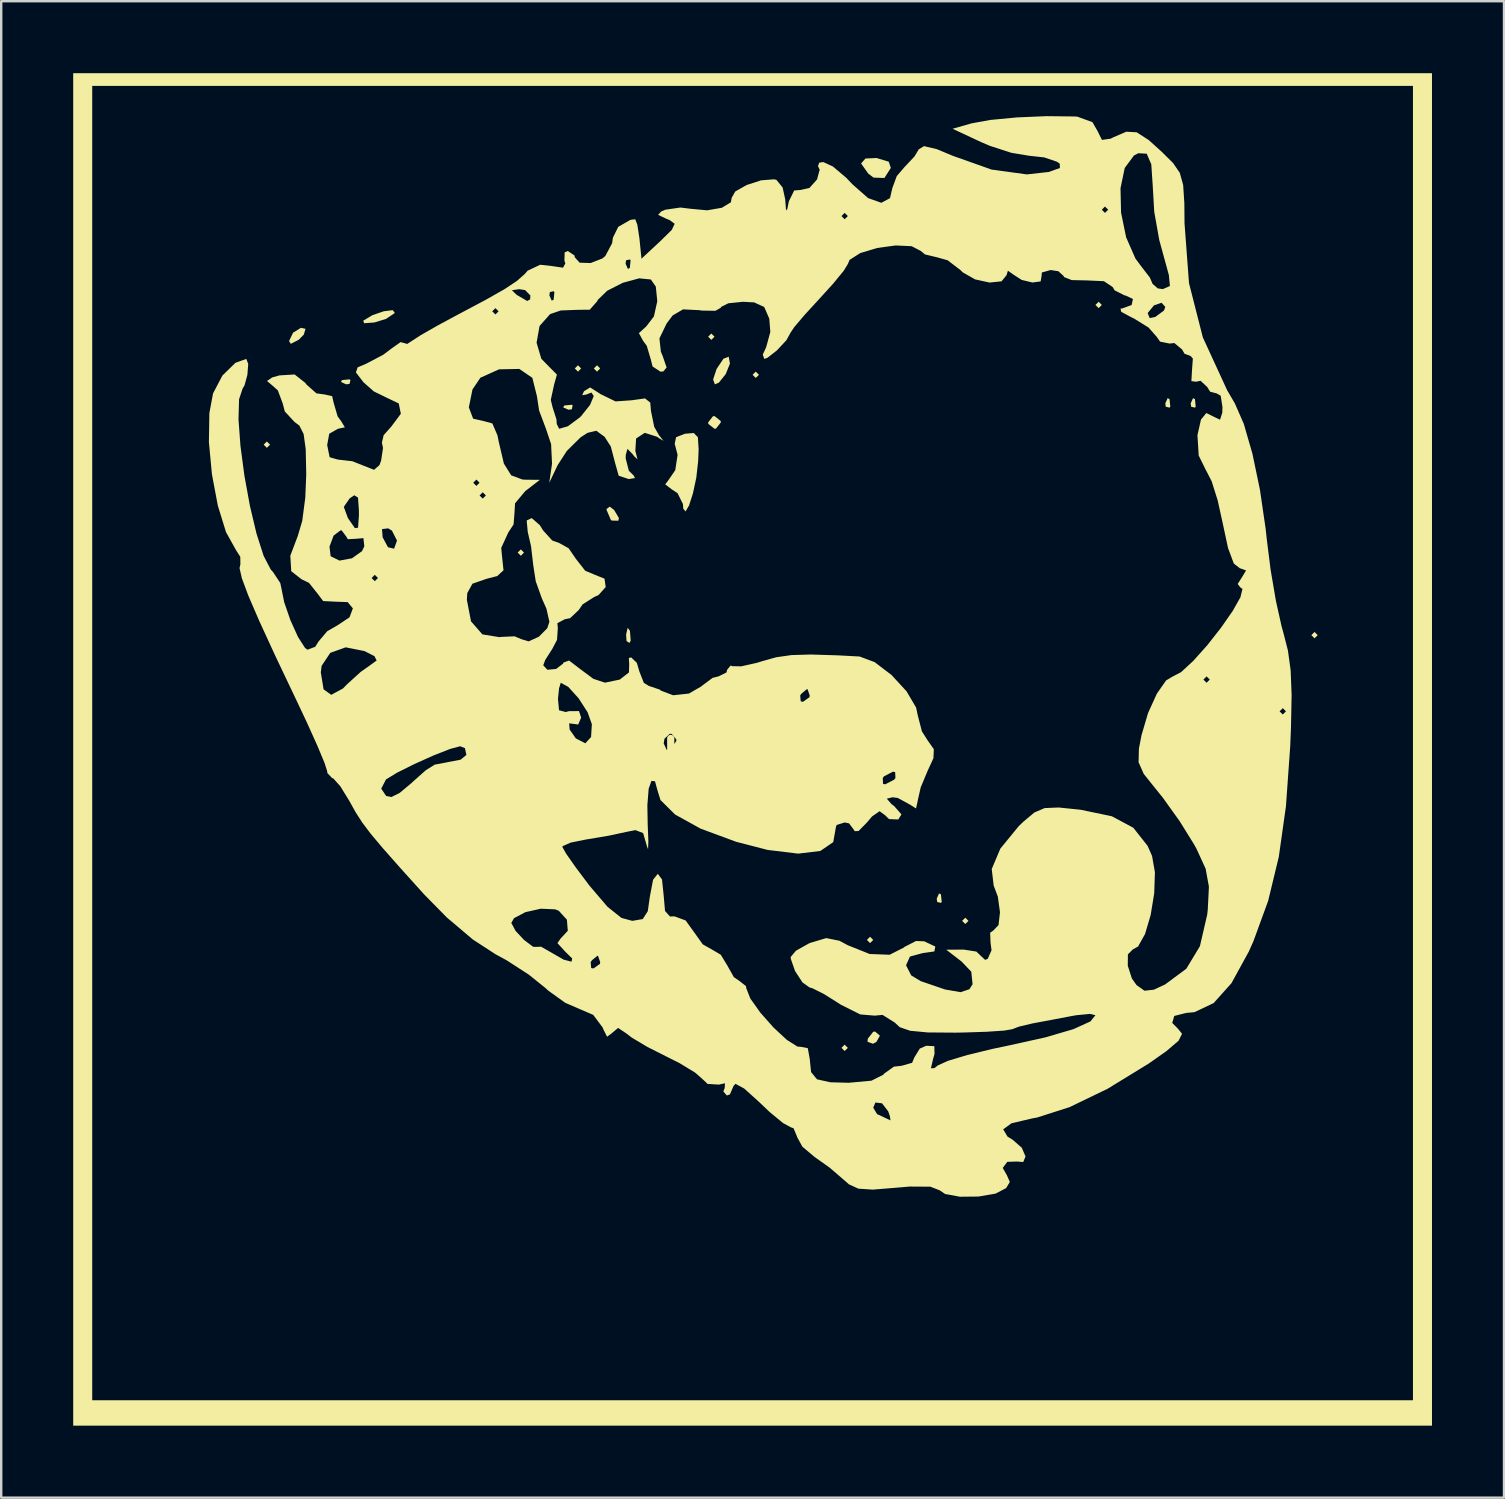
<source format=kicad_pcb>
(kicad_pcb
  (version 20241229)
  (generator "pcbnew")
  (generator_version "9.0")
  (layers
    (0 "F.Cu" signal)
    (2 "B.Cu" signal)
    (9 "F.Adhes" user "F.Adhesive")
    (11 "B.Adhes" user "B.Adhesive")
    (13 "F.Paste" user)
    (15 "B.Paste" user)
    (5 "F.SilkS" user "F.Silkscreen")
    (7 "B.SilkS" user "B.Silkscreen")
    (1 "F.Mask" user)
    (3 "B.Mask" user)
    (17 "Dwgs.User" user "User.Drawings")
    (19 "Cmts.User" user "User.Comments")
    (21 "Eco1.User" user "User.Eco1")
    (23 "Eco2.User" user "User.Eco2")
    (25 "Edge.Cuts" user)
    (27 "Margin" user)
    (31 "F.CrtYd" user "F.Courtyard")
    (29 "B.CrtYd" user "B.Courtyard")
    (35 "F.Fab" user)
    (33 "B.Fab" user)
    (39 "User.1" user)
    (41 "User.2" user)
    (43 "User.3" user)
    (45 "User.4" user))
  (footprint "Chihuahua2"
    (layer "F.Cu")
    (at 28.31 28.046)
    (property "Reference" "Chihuahua2" (at 0 0 0) (layer "F.SilkS") (effects (font (size 1.524 1.524) (thickness 0.3))))
    (attr board_only exclude_from_pos_files exclude_from_bom)
    (fp_poly (pts (xy -20.108 -12.568) (xy -20.241 -12.435) (xy -20.373 -12.568) (xy -20.241 -12.7)) (stroke (width 0) (type solid)) (fill yes) (layer "F.SilkS"))
    (fp_poly (pts (xy -9.525 -8.07) (xy -9.657 -7.938) (xy -9.79 -8.07) (xy -9.657 -8.202)) (stroke (width 0) (type solid)) (fill yes) (layer "F.SilkS"))
    (fp_poly (pts (xy -7.144 -15.743) (xy -7.276 -15.61) (xy -7.408 -15.743) (xy -7.276 -15.875)) (stroke (width 0) (type solid)) (fill yes) (layer "F.SilkS"))
    (fp_poly (pts (xy -6.35 -15.743) (xy -6.482 -15.61) (xy -6.615 -15.743) (xy -6.482 -15.875)) (stroke (width 0) (type solid)) (fill yes) (layer "F.SilkS"))
    (fp_poly (pts (xy -1.587 -17.066) (xy -1.72 -16.933) (xy -1.852 -17.066) (xy -1.72 -17.198)) (stroke (width 0) (type solid)) (fill yes) (layer "F.SilkS"))
    (fp_poly (pts (xy 0.265 -15.478) (xy 0.132 -15.346) (xy 0 -15.478) (xy 0.132 -15.61)) (stroke (width 0) (type solid)) (fill yes) (layer "F.SilkS"))
    (fp_poly (pts (xy 3.969 12.568) (xy 3.836 12.7) (xy 3.704 12.568) (xy 3.836 12.435)) (stroke (width 0) (type solid)) (fill yes) (layer "F.SilkS"))
    (fp_poly (pts (xy 5.027 8.07) (xy 4.895 8.202) (xy 4.763 8.07) (xy 4.895 7.938)) (stroke (width 0) (type solid)) (fill yes) (layer "F.SilkS"))
    (fp_poly (pts (xy 8.996 7.276) (xy 8.864 7.408) (xy 8.731 7.276) (xy 8.864 7.144)) (stroke (width 0) (type solid)) (fill yes) (layer "F.SilkS"))
    (fp_poly (pts (xy 14.552 -18.389) (xy 14.42 -18.256) (xy 14.287 -18.389) (xy 14.42 -18.521)) (stroke (width 0) (type solid)) (fill yes) (layer "F.SilkS"))
    (fp_poly (pts (xy 23.548 -4.63) (xy 23.416 -4.498) (xy 23.283 -4.63) (xy 23.416 -4.763)) (stroke (width 0) (type solid)) (fill yes) (layer "F.SilkS"))
    (fp_poly (pts (xy -16.757 -15.258) (xy -16.793 -15.1) (xy -16.933 -15.081) (xy -17.151 -15.178) (xy -17.11 -15.258) (xy -16.796 -15.289)) (stroke (width 0) (type solid)) (fill yes) (layer "F.SilkS"))
    (fp_poly (pts (xy -7.497 -14.199) (xy -7.533 -14.042) (xy -7.673 -14.023) (xy -7.891 -14.12) (xy -7.849 -14.199) (xy -7.535 -14.231)) (stroke (width 0) (type solid)) (fill yes) (layer "F.SilkS"))
    (fp_poly (pts (xy -5.111 -4.812) (xy -5.079 -4.399) (xy -5.132 -4.305) (xy -5.252 -4.384) (xy -5.271 -4.652) (xy -5.206 -4.935)) (stroke (width 0) (type solid)) (fill yes) (layer "F.SilkS"))
    (fp_poly (pts (xy 7.849 6.174) (xy 7.881 6.488) (xy 7.849 6.526) (xy 7.692 6.49) (xy 7.673 6.35) (xy 7.77 6.132)) (stroke (width 0) (type solid)) (fill yes) (layer "F.SilkS"))
    (fp_poly (pts (xy 17.374 -14.464) (xy 17.406 -14.15) (xy 17.374 -14.111) (xy 17.217 -14.147) (xy 17.198 -14.287) (xy 17.295 -14.505)) (stroke (width 0) (type solid)) (fill yes) (layer "F.SilkS"))
    (fp_poly (pts (xy 18.433 -14.464) (xy 18.464 -14.15) (xy 18.433 -14.111) (xy 18.275 -14.147) (xy 18.256 -14.287) (xy 18.353 -14.505)) (stroke (width 0) (type solid)) (fill yes) (layer "F.SilkS"))
    (fp_poly (pts (xy -18.629 -17.394) (xy -18.7 -17.155) (xy -18.911 -16.939) (xy -19.244 -16.768) (xy -19.315 -16.885) (xy -19.149 -17.232) (xy -18.821 -17.436)) (stroke (width 0) (type solid)) (fill yes) (layer "F.SilkS"))
    (fp_poly (pts (xy 5.306 12.059) (xy 5.157 12.324) (xy 5.014 12.396) (xy 4.788 12.313) (xy 4.802 12.184) (xy 5.025 11.9) (xy 5.1 11.886)) (stroke (width 0) (type solid)) (fill yes) (layer "F.SilkS"))
    (fp_poly (pts (xy -5.772 -9.847) (xy -5.57 -9.51) (xy -5.596 -9.397) (xy -5.872 -9.405) (xy -5.909 -9.437) (xy -6.083 -9.844) (xy -6.085 -9.887) (xy -5.951 -9.985)) (stroke (width 0) (type solid)) (fill yes) (layer "F.SilkS"))
    (fp_poly (pts (xy -1.331 -13.557) (xy -1.323 -13.494) (xy -1.524 -13.237) (xy -1.587 -13.229) (xy -1.844 -13.431) (xy -1.852 -13.494) (xy -1.651 -13.751) (xy -1.587 -13.758)) (stroke (width 0) (type solid)) (fill yes) (layer "F.SilkS"))
    (fp_poly (pts (xy -0.943 -15.947) (xy -1.12 -15.506) (xy -1.405 -15.152) (xy -1.572 -15.081) (xy -1.645 -15.282) (xy -1.501 -15.72) (xy -1.215 -16.147) (xy -0.996 -16.233)) (stroke (width 0) (type solid)) (fill yes) (layer "F.SilkS"))
    (fp_poly (pts (xy 5.674 -24.357) (xy 5.761 -24.099) (xy 5.492 -23.679) (xy 5.04 -23.696) (xy 4.819 -23.862) (xy 4.521 -24.285) (xy 4.703 -24.491) (xy 5.166 -24.512)) (stroke (width 0) (type solid)) (fill yes) (layer "F.SilkS"))
    (fp_poly (pts (xy -14.909 -18.057) (xy -14.912 -18.052) (xy -15.272 -17.808) (xy -15.759 -17.659) (xy -16.184 -17.627) (xy -16.226 -17.73) (xy -15.845 -17.962) (xy -15.37 -18.125) (xy -14.995 -18.172)) (stroke (width 0) (type solid)) (fill yes) (layer "F.SilkS"))
    (fp_poly (pts (xy 28.31 28.31) (xy -28.31 28.31) (xy -28.31 27.252) (xy -27.517 27.252) (xy 27.517 27.252) (xy 27.517 -27.517) (xy -27.517 -27.517) (xy -27.517 27.252) (xy -28.31 27.252) (xy -28.31 -28.046) (xy 28.31 -28.046)) (stroke (width 0) (type solid)) (fill yes) (layer "F.SilkS"))
    (fp_poly (pts (xy -2.28 -12.877) (xy -2.248 -12.371) (xy -2.268 -11.881) (xy -2.346 -11.19) (xy -2.485 -10.539) (xy -2.647 -10.034) (xy -2.794 -9.785) (xy -2.888 -9.898) (xy -2.902 -10.092) (xy -3.127 -10.546) (xy -3.366 -10.702) (xy -3.64 -10.913) (xy -3.526 -11.061) (xy -3.222 -11.504) (xy -3.125 -12.143) (xy -3.245 -12.604) (xy -3.187 -12.88) (xy -2.819 -13.022) (xy -2.451 -13.053)) (stroke (width 0) (type solid)) (fill yes) (layer "F.SilkS"))
    (fp_poly (pts (xy 13.396 -26.243) (xy 13.529 -26.236) (xy 14.161 -26.006) (xy 14.369 -25.645) (xy 14.557 -25.266) (xy 14.921 -25.318) (xy 15.044 -25.38) (xy 15.571 -25.607) (xy 16.004 -25.584) (xy 16.508 -25.259) (xy 17.047 -24.773) (xy 17.52 -24.304) (xy 17.801 -23.894) (xy 17.942 -23.387) (xy 17.991 -22.626) (xy 17.998 -21.797) (xy 18.185 -19.299) (xy 18.762 -17.036) (xy 19.775 -14.835) (xy 20.095 -14.287) (xy 20.468 -13.436) (xy 20.828 -12.19) (xy 21.142 -10.684) (xy 21.38 -9.052) (xy 21.422 -8.659) (xy 21.585 -7.359) (xy 21.806 -6.062) (xy 22.043 -4.996) (xy 22.109 -4.763) (xy 22.307 -3.99) (xy 22.421 -3.161) (xy 22.461 -2.139) (xy 22.435 -0.79) (xy 22.403 0) (xy 22.224 2.506) (xy 21.926 4.613) (xy 21.483 6.444) (xy 20.871 8.12) (xy 20.677 8.556) (xy 19.953 9.874) (xy 19.212 10.702) (xy 18.416 11.079) (xy 18.065 11.113) (xy 17.57 11.238) (xy 17.487 11.529) (xy 17.731 11.777) (xy 17.895 11.982) (xy 17.751 12.27) (xy 17.245 12.703) (xy 16.503 13.224) (xy 14.792 14.273) (xy 13.208 15.038) (xy 11.857 15.47) (xy 11.658 15.506) (xy 10.787 15.711) (xy 10.442 15.963) (xy 10.621 16.264) (xy 10.841 16.4) (xy 11.217 16.729) (xy 11.373 17.093) (xy 11.278 17.324) (xy 11.007 17.304) (xy 10.612 17.318) (xy 10.424 17.571) (xy 10.59 17.864) (xy 10.592 17.865) (xy 10.719 18.156) (xy 10.564 18.412) (xy 10.125 18.641) (xy 9.414 18.763) (xy 8.643 18.771) (xy 8.024 18.658) (xy 7.794 18.503) (xy 7.409 18.353) (xy 6.55 18.347) (xy 5.962 18.397) (xy 5.006 18.475) (xy 4.41 18.435) (xy 4.013 18.254) (xy 3.806 18.071) (xy 3.204 17.554) (xy 2.58 17.112) (xy 2.074 16.685) (xy 1.852 16.279) (xy 1.852 16.266) (xy 1.707 15.918) (xy 1.587 15.875) (xy 1.269 15.701) (xy 0.723 15.252) (xy 0.52 15.059) (xy 5.027 15.059) (xy 5.186 15.327) (xy 5.746 15.589) (xy 5.746 15.59) (xy 5.72 15.408) (xy 5.652 15.214) (xy 5.394 14.879) (xy 5.119 14.845) (xy 5.027 15.059) (xy 0.52 15.059) (xy 0.265 14.817) (xy -0.347 14.265) (xy -0.712 14.066) (xy -0.794 14.155) (xy -0.945 14.507) (xy -1.074 14.552) (xy -1.219 14.385) (xy -1.163 14.243) (xy -1.15 14.043) (xy -1.405 14.099) (xy -1.876 14.07) (xy -2.044 13.909) (xy -2.387 13.604) (xy -3.047 13.202) (xy -3.572 12.939) (xy -4.385 12.528) (xy -5.032 12.142) (xy -5.264 11.964) (xy -5.604 11.738) (xy -5.855 11.946) (xy -5.859 11.953) (xy -6.064 12.104) (xy -6.231 11.77) (xy -6.245 11.723) (xy -6.641 11.193) (xy -7.134 10.982) (xy -7.807 10.69) (xy -8.52 10.178) (xy -8.628 10.077) (xy -9.324 9.517) (xy -10.129 8.996) (xy -6.747 8.996) (xy -6.726 9.24) (xy -6.63 9.26) (xy -6.361 9.068) (xy -6.35 8.996) (xy -6.44 8.738) (xy -6.467 8.731) (xy -6.693 8.917) (xy -6.747 8.996) (xy -10.129 8.996) (xy -10.235 8.927) (xy -10.716 8.664) (xy -11.658 8.052) (xy -12.473 7.361) (xy -10.054 7.361) (xy -9.877 7.693) (xy -9.525 8.07) (xy -9.143 8.357) (xy -8.996 8.36) (xy -8.814 8.352) (xy -8.408 8.584) (xy -7.876 8.891) (xy -7.546 8.977) (xy -7.516 8.844) (xy -7.805 8.56) (xy -8.131 8.203) (xy -8.004 8.017) (xy -7.7 7.69) (xy -7.738 7.227) (xy -8.076 6.855) (xy -8.23 6.795) (xy -8.829 6.77) (xy -9.469 6.914) (xy -9.94 7.163) (xy -10.054 7.361) (xy -12.473 7.361) (xy -12.74 7.135) (xy -13.68 6.18) (xy -14.69 5.06) (xy -15.411 4.244) (xy -15.914 3.645) (xy -16.267 3.176) (xy -16.54 2.751) (xy -16.801 2.283) (xy -16.809 2.269) (xy -17.118 1.767) (xy -15.474 1.767) (xy -15.27 2.071) (xy -15.054 2.117) (xy -14.707 1.945) (xy -14.202 1.524) (xy -14.131 1.455) (xy -13.982 1.323) (xy 5.424 1.323) (xy 5.436 1.567) (xy 5.525 1.587) (xy 5.899 1.394) (xy 5.953 1.323) (xy 5.941 1.079) (xy 5.852 1.058) (xy 5.478 1.251) (xy 5.424 1.323) (xy -13.982 1.323) (xy -13.621 1.002) (xy -13.246 0.767) (xy -13.217 0.761) (xy -12.722 0.667) (xy -12.7 0.661) (xy -12.19 0.565) (xy -12.171 0.562) (xy -11.926 0.363) (xy -11.986 0.079) (xy -12.185 0) (xy -12.599 0.11) (xy -13.298 0.385) (xy -14.099 0.744) (xy -14.82 1.104) (xy -15.276 1.383) (xy -15.277 1.384) (xy -15.474 1.767) (xy -17.118 1.767) (xy -17.174 1.675) (xy -17.465 1.346) (xy -17.523 1.323) (xy -17.719 1.117) (xy -17.727 1.037) (xy -17.836 0.696) (xy -18.131 -0.012) (xy -18.178 -0.117) (xy -3.704 -0.117) (xy -3.576 0.157) (xy -3.44 0.132) (xy -3.185 -0.206) (xy -3.175 -0.28) (xy -3.377 -0.522) (xy -3.44 -0.529) (xy -3.672 -0.314) (xy -3.704 -0.117) (xy -18.178 -0.117) (xy -18.566 -0.978) (xy -19.019 -1.939) (xy -19.036 -1.975) (xy -8.109 -1.975) (xy -8.066 -1.5) (xy -7.787 -1.426) (xy -7.645 -1.464) (xy -7.234 -1.465) (xy -7.144 -1.193) (xy -7.268 -0.905) (xy -7.408 -0.926) (xy -7.644 -0.954) (xy -7.623 -0.695) (xy -7.366 -0.328) (xy -6.969 -0.123) (xy -6.731 -0.385) (xy -6.697 -0.917) (xy -6.875 -1.416) (xy -7.251 -2) (xy -7.357 -2.117) (xy 1.984 -2.117) (xy 2.005 -1.873) (xy 2.101 -1.852) (xy 2.37 -2.044) (xy 2.381 -2.117) (xy 2.291 -2.374) (xy 2.265 -2.381) (xy 2.039 -2.196) (xy 1.984 -2.117) (xy -7.357 -2.117) (xy -7.68 -2.474) (xy -7.993 -2.646) (xy -8.064 -2.418) (xy -8.109 -1.975) (xy -19.036 -1.975) (xy -19.56 -3.077) (xy -17.992 -3.077) (xy -17.877 -2.372) (xy -17.557 -2.143) (xy -17.069 -2.407) (xy -16.9 -2.58) (xy -16.332 -3.097) (xy -15.982 -3.343) (xy -15.665 -3.574) (xy -15.759 -3.756) (xy -16.172 -3.966) (xy -16.954 -4.122) (xy -17.598 -3.892) (xy -17.959 -3.349) (xy -17.992 -3.077) (xy -19.56 -3.077) (xy -19.903 -3.799) (xy -20.562 -5.233) (xy -21.016 -6.286) (xy -21.282 -7.001) (xy -21.378 -7.424) (xy -21.343 -7.585) (xy -21.348 -7.896) (xy -21.53 -8.181) (xy -21.943 -8.924) (xy -22.284 -10.03) (xy -22.529 -11.334) (xy -22.655 -12.673) (xy -22.636 -13.882) (xy -22.483 -14.703) (xy -22.092 -15.448) (xy -21.55 -15.978) (xy -21.096 -16.14) (xy -21.016 -15.929) (xy -21.052 -15.475) (xy -21.171 -15.038) (xy -21.249 -14.91) (xy -21.398 -14.458) (xy -21.422 -13.62) (xy -21.341 -12.519) (xy -21.176 -11.277) (xy -20.946 -10.016) (xy -20.672 -8.861) (xy -20.374 -7.932) (xy -20.072 -7.354) (xy -19.995 -7.276) (xy -19.682 -6.805) (xy -19.641 -6.615) (xy -19.518 -6.003) (xy -19.259 -5.254) (xy -18.944 -4.557) (xy -18.651 -4.099) (xy -18.549 -4.022) (xy -18.223 -4.145) (xy -18.088 -4.364) (xy -17.724 -4.794) (xy -17.294 -5.041) (xy -16.796 -5.372) (xy -16.656 -5.746) (xy -16.872 -6.006) (xy -17.324 -6.022) (xy -17.895 -6.05) (xy -17.934 -6.103) (xy -11.906 -6.103) (xy -11.733 -5.205) (xy -11.259 -4.662) (xy -10.547 -4.546) (xy -10.486 -4.556) (xy -9.918 -4.581) (xy -9.635 -4.462) (xy -9.332 -4.37) (xy -8.904 -4.565) (xy -8.555 -4.918) (xy -8.467 -5.186) (xy -8.589 -5.728) (xy -8.784 -6.169) (xy -9.036 -6.874) (xy -9.139 -7.541) (xy -9.233 -8.343) (xy -9.369 -8.93) (xy -9.413 -9.408) (xy -9.203 -9.507) (xy -8.866 -9.213) (xy -8.731 -8.996) (xy -8.349 -8.574) (xy -8.055 -8.467) (xy -7.665 -8.25) (xy -7.36 -7.805) (xy -6.976 -7.315) (xy -6.572 -7.144) (xy -6.17 -6.983) (xy -6.121 -6.633) (xy -6.423 -6.297) (xy -6.59 -6.225) (xy -7.084 -5.912) (xy -7.243 -5.678) (xy -7.604 -5.337) (xy -7.825 -5.292) (xy -8.134 -5.13) (xy -8.116 -4.921) (xy -8.149 -4.434) (xy -8.344 -4.061) (xy -8.64 -3.597) (xy -8.723 -3.373) (xy -8.55 -3.186) (xy -8.185 -3.222) (xy -7.897 -3.443) (xy -7.877 -3.489) (xy -7.646 -3.571) (xy -7.193 -3.225) (xy -6.636 -2.81) (xy -6.152 -2.65) (xy -5.534 -2.778) (xy -5.152 -3.076) (xy -5.141 -3.41) (xy -5.156 -3.675) (xy -5.061 -3.704) (xy -4.825 -3.479) (xy -4.715 -3.109) (xy -4.532 -2.643) (xy -4.322 -2.514) (xy -3.869 -2.361) (xy -3.814 -2.315) (xy -3.31 -2.125) (xy -2.653 -2.196) (xy -2.131 -2.497) (xy -2.117 -2.514) (xy -1.666 -2.85) (xy -1.423 -2.91) (xy -1.092 -3.073) (xy -1.058 -3.191) (xy -0.913 -3.365) (xy -0.842 -3.337) (xy -0.476 -3.33) (xy 0.175 -3.475) (xy 0.415 -3.549) (xy 0.993 -3.71) (xy 1.62 -3.799) (xy 2.428 -3.823) (xy 3.549 -3.788) (xy 4.458 -3.74) (xy 5.085 -3.506) (xy 5.789 -2.97) (xy 6.417 -2.287) (xy 6.814 -1.612) (xy 6.879 -1.304) (xy 7.055 -0.621) (xy 7.295 -0.243) (xy 7.553 0.123) (xy 7.535 0.502) (xy 7.295 1.021) (xy 7.006 1.712) (xy 6.879 2.273) (xy 6.879 2.289) (xy 6.809 2.591) (xy 6.562 2.434) (xy 6.052 2.155) (xy 5.834 2.125) (xy 5.593 2.184) (xy 5.782 2.403) (xy 5.903 2.497) (xy 6.202 2.839) (xy 6.072 3.051) (xy 5.686 3.035) (xy 5.525 2.878) (xy 5.292 2.706) (xy 4.975 2.927) (xy 4.766 3.175) (xy 4.416 3.532) (xy 4.243 3.538) (xy 4.239 3.506) (xy 4.02 3.213) (xy 3.836 3.175) (xy 3.502 3.281) (xy 3.471 3.373) (xy 3.361 3.995) (xy 2.824 4.363) (xy 1.899 4.474) (xy 0.627 4.32) (xy -0.685 3.981) (xy -2.166 3.433) (xy -3.231 2.844) (xy -3.838 2.241) (xy -3.969 1.818) (xy -4.067 1.459) (xy -4.215 1.444) (xy -4.33 1.768) (xy -4.385 2.461) (xy -4.371 3.246) (xy -4.343 3.964) (xy -4.355 4.291) (xy -4.406 4.159) (xy -4.409 4.14) (xy -4.562 3.617) (xy -4.883 3.495) (xy -5.246 3.566) (xy -6.005 3.729) (xy -6.888 3.877) (xy -6.945 3.886) (xy -7.579 4.015) (xy -7.912 4.161) (xy -7.927 4.195) (xy -7.771 4.474) (xy -7.37 5.047) (xy -6.811 5.79) (xy -6.787 5.821) (xy -6.045 6.69) (xy -5.464 7.153) (xy -5.012 7.276) (xy -4.576 7.2) (xy -4.366 6.871) (xy -4.284 6.284) (xy -4.147 5.563) (xy -3.95 5.315) (xy -3.775 5.549) (xy -3.704 6.229) (xy -3.649 6.864) (xy -3.443 7.093) (xy -3.252 7.089) (xy -2.791 7.258) (xy -2.444 7.739) (xy -2.076 8.255) (xy -1.699 8.467) (xy -1.325 8.688) (xy -1.058 9.128) (xy -0.782 9.619) (xy -0.536 9.79) (xy -0.276 9.994) (xy -0.265 10.076) (xy -0.097 10.508) (xy 0.324 11.101) (xy 0.875 11.723) (xy 1.431 12.238) (xy 1.871 12.515) (xy 2.003 12.524) (xy 2.3 12.58) (xy 2.381 13.024) (xy 2.437 13.577) (xy 2.683 13.878) (xy 3.239 14.002) (xy 4 14.023) (xy 4.952 13.936) (xy 5.45 13.685) (xy 5.477 13.644) (xy 5.888 13.351) (xy 6.212 13.314) (xy 6.648 13.19) (xy 6.74 12.968) (xy 6.968 12.597) (xy 7.235 12.481) (xy 7.573 12.496) (xy 7.581 12.823) (xy 7.528 13.004) (xy 7.43 13.419) (xy 7.576 13.412) (xy 7.722 13.298) (xy 8.143 13.108) (xy 8.947 12.866) (xy 9.997 12.611) (xy 10.608 12.483) (xy 12.205 12.13) (xy 13.372 11.787) (xy 14.077 11.467) (xy 14.287 11.206) (xy 14.059 11.152) (xy 13.49 11.208) (xy 13.295 11.242) (xy 12.448 11.403) (xy 11.713 11.54) (xy 11.66 11.55) (xy 11.088 11.687) (xy 10.822 11.79) (xy 10.484 11.848) (xy 9.754 11.897) (xy 8.771 11.929) (xy 8.438 11.934) (xy 7.294 11.925) (xy 6.563 11.855) (xy 6.132 11.706) (xy 5.921 11.511) (xy 5.414 11.194) (xy 5.09 11.225) (xy 4.487 11.175) (xy 3.674 10.767) (xy 3.603 10.72) (xy 2.957 10.315) (xy 2.482 10.079) (xy 2.379 10.054) (xy 2.08 9.842) (xy 1.768 9.364) (xy 1.593 8.86) (xy 1.587 8.781) (xy 1.807 8.52) (xy 2.341 8.22) (xy 2.406 8.192) (xy 3.07 7.994) (xy 3.619 8.105) (xy 3.968 8.292) (xy 4.877 8.656) (xy 5.711 8.688) (xy 6.308 8.385) (xy 6.327 8.362) (xy 6.811 8.115) (xy 7.153 8.128) (xy 7.614 8.347) (xy 7.574 8.55) (xy 7.086 8.62) (xy 6.557 8.763) (xy 6.394 9.128) (xy 6.61 9.548) (xy 7.004 9.787) (xy 8.026 10.137) (xy 8.672 10.247) (xy 9.036 10.124) (xy 9.167 9.916) (xy 9.113 9.394) (xy 8.706 8.968) (xy 8.07 8.478) (xy 8.797 8.473) (xy 9.325 8.556) (xy 9.525 8.747) (xy 9.689 8.902) (xy 9.8 8.857) (xy 9.957 8.5) (xy 9.915 8.18) (xy 9.899 7.771) (xy 10.036 7.673) (xy 10.248 7.452) (xy 10.309 6.917) (xy 10.219 6.265) (xy 10.046 5.806) (xy 9.965 5.116) (xy 10.324 4.266) (xy 11.089 3.331) (xy 11.287 3.14) (xy 11.743 2.76) (xy 12.171 2.576) (xy 12.756 2.552) (xy 13.669 2.646) (xy 14.97 2.917) (xy 15.865 3.396) (xy 16.46 4.151) (xy 16.645 4.568) (xy 16.765 5.252) (xy 16.736 6.124) (xy 16.588 7.031) (xy 16.354 7.822) (xy 16.064 8.343) (xy 15.843 8.467) (xy 15.639 8.672) (xy 15.634 9.146) (xy 15.806 9.678) (xy 15.999 9.952) (xy 16.33 10.187) (xy 16.722 10.144) (xy 17.187 9.927) (xy 18.073 9.271) (xy 18.639 8.334) (xy 18.943 7.02) (xy 18.967 6.81) (xy 19.015 5.853) (xy 18.878 5.103) (xy 18.497 4.272) (xy 18.398 4.092) (xy 17.794 3.12) (xy 17.098 2.148) (xy 16.811 1.792) (xy 16.301 1.155) (xy 16.084 0.669) (xy 16.098 0.097) (xy 16.208 -0.467) (xy 16.479 -1.385) (xy 16.511 -1.455) (xy 21.96 -1.455) (xy 22.093 -1.323) (xy 22.225 -1.455) (xy 22.093 -1.587) (xy 21.96 -1.455) (xy 16.511 -1.455) (xy 16.846 -2.192) (xy 17.231 -2.743) (xy 17.29 -2.778) (xy 18.785 -2.778) (xy 18.918 -2.646) (xy 19.05 -2.778) (xy 18.918 -2.91) (xy 18.785 -2.778) (xy 17.29 -2.778) (xy 17.498 -2.902) (xy 17.857 -3.09) (xy 18.365 -3.559) (xy 18.944 -4.207) (xy 19.516 -4.934) (xy 20.004 -5.635) (xy 20.329 -6.211) (xy 20.413 -6.558) (xy 20.328 -6.615) (xy 20.213 -6.762) (xy 20.373 -7.011) (xy 20.563 -7.326) (xy 20.339 -7.408) (xy 20.315 -7.408) (xy 20.053 -7.613) (xy 19.812 -8.257) (xy 19.596 -9.267) (xy 19.38 -10.246) (xy 19.129 -11.044) (xy 18.898 -11.492) (xy 18.893 -11.497) (xy 18.589 -12.115) (xy 18.537 -12.962) (xy 18.684 -13.611) (xy 18.907 -13.886) (xy 19.213 -13.733) (xy 19.478 -13.607) (xy 19.573 -13.899) (xy 19.579 -14.138) (xy 19.506 -14.605) (xy 19.342 -14.702) (xy 19.064 -14.775) (xy 18.947 -14.967) (xy 18.668 -15.229) (xy 18.484 -15.191) (xy 18.285 -15.214) (xy 18.311 -15.69) (xy 18.312 -15.695) (xy 18.346 -16.157) (xy 18.246 -16.265) (xy 17.997 -16.357) (xy 17.897 -16.534) (xy 17.576 -16.801) (xy 17.374 -16.781) (xy 16.98 -16.861) (xy 16.839 -17.061) (xy 16.5 -17.448) (xy 15.888 -17.826) (xy 15.813 -17.86) (xy 15.476 -18.041) (xy 16.465 -18.041) (xy 16.547 -17.842) (xy 16.779 -17.888) (xy 17.143 -18.158) (xy 17.198 -18.307) (xy 17.043 -18.48) (xy 16.726 -18.372) (xy 16.473 -18.064) (xy 16.465 -18.041) (xy 15.476 -18.041) (xy 15.359 -18.104) (xy 15.331 -18.236) (xy 15.412 -18.246) (xy 15.795 -18.387) (xy 15.849 -18.639) (xy 15.537 -18.785) (xy 15.506 -18.785) (xy 15.087 -18.997) (xy 15.003 -19.136) (xy 14.639 -19.379) (xy 13.917 -19.412) (xy 13.296 -19.425) (xy 12.976 -19.552) (xy 12.965 -19.59) (xy 12.742 -19.794) (xy 12.42 -19.844) (xy 12.054 -19.742) (xy 12.039 -19.579) (xy 12.003 -19.37) (xy 11.663 -19.324) (xy 11.214 -19.432) (xy 10.901 -19.632) (xy 10.639 -19.816) (xy 10.583 -19.632) (xy 10.375 -19.374) (xy 9.876 -19.322) (xy 9.272 -19.454) (xy 8.752 -19.751) (xy 8.66 -19.844) (xy 8.127 -20.25) (xy 7.691 -20.373) (xy 7.184 -20.494) (xy 7.011 -20.637) (xy 6.627 -20.837) (xy 5.96 -20.868) (xy 5.187 -20.762) (xy 4.488 -20.551) (xy 4.042 -20.267) (xy 3.969 -20.094) (xy 3.8 -19.816) (xy 3.359 -19.278) (xy 2.778 -18.639) (xy 2.17 -17.976) (xy 1.741 -17.472) (xy 1.587 -17.243) (xy 1.409 -16.919) (xy 1.015 -16.496) (xy 0.617 -16.186) (xy 0.486 -16.14) (xy 0.424 -16.322) (xy 0.566 -16.629) (xy 0.739 -17.263) (xy 0.695 -17.819) (xy 0.484 -18.305) (xy 0.062 -18.496) (xy -0.402 -18.521) (xy -1.012 -18.458) (xy -1.315 -18.304) (xy -1.323 -18.273) (xy -1.55 -18.145) (xy -2.109 -18.154) (xy -2.223 -18.171) (xy -2.898 -18.205) (xy -3.332 -17.951) (xy -3.583 -17.614) (xy -3.882 -16.995) (xy -3.822 -16.44) (xy -3.747 -16.261) (xy -3.583 -15.784) (xy -3.719 -15.619) (xy -3.842 -15.61) (xy -4.17 -15.828) (xy -4.233 -16.087) (xy -4.409 -16.684) (xy -4.564 -16.897) (xy -4.737 -17.215) (xy -4.437 -17.489) (xy -4.432 -17.492) (xy -4.112 -17.91) (xy -3.971 -18.546) (xy -4.033 -19.154) (xy -4.239 -19.45) (xy -4.727 -19.498) (xy -5.408 -19.312) (xy -6.058 -18.981) (xy -6.452 -18.598) (xy -6.475 -18.542) (xy -6.787 -18.19) (xy -7.252 -18.187) (xy -7.993 -18.159) (xy -8.437 -18.008) (xy -8.877 -17.512) (xy -9.001 -16.816) (xy -8.804 -16.147) (xy -8.494 -15.83) (xy -8.154 -15.487) (xy -8.271 -15.07) (xy -8.409 -14.432) (xy -8.334 -14.124) (xy -8.174 -13.626) (xy -8.16 -13.428) (xy -8.06 -13.229) (xy -7.698 -13.333) (xy -7.209 -13.695) (xy -7.144 -13.758) (xy -6.773 -14.223) (xy -6.619 -14.594) (xy -6.715 -14.74) (xy -6.92 -14.659) (xy -7.1 -14.627) (xy -7.026 -14.793) (xy -6.769 -14.951) (xy -6.355 -14.689) (xy -6.342 -14.677) (xy -5.713 -14.37) (xy -5.045 -14.416) (xy -4.482 -14.494) (xy -4.265 -14.322) (xy -4.233 -13.965) (xy -4.099 -13.309) (xy -3.903 -12.964) (xy -3.709 -12.724) (xy -3.901 -12.84) (xy -3.978 -12.896) (xy -4.494 -13.06) (xy -4.854 -12.824) (xy -4.886 -12.304) (xy -4.879 -12.282) (xy -4.796 -11.955) (xy -4.94 -12.091) (xy -4.998 -12.171) (xy -5.215 -12.392) (xy -5.284 -12.144) (xy -5.288 -11.994) (xy -5.156 -11.479) (xy -4.961 -11.288) (xy -4.901 -11.176) (xy -5.159 -11.134) (xy -5.579 -11.271) (xy -5.728 -11.801) (xy -5.729 -11.805) (xy -5.908 -12.491) (xy -6.167 -12.895) (xy -6.513 -13.147) (xy -6.878 -13.06) (xy -7.17 -12.87) (xy -7.739 -12.307) (xy -8.123 -11.714) (xy -8.472 -10.98) (xy -8.357 -11.774) (xy -8.396 -12.59) (xy -8.61 -13.229) (xy -8.896 -13.989) (xy -8.986 -14.586) (xy -9.177 -15.351) (xy -9.721 -15.723) (xy -10.566 -15.706) (xy -11.343 -15.356) (xy -11.673 -14.866) (xy -11.823 -14.12) (xy -11.645 -13.65) (xy -11.193 -13.547) (xy -10.844 -13.452) (xy -10.63 -12.953) (xy -10.578 -12.691) (xy -10.364 -11.779) (xy -10.059 -11.289) (xy -9.588 -11.114) (xy -9.443 -11.107) (xy -8.864 -11.101) (xy -9.472 -10.633) (xy -9.899 -10.123) (xy -9.92 -9.747) (xy -9.959 -9.245) (xy -10.179 -8.909) (xy -10.475 -8.264) (xy -10.43 -7.815) (xy -10.379 -7.333) (xy -10.639 -7.092) (xy -11.084 -6.978) (xy -11.673 -6.774) (xy -11.889 -6.382) (xy -11.906 -6.103) (xy -17.934 -6.103) (xy -18.127 -6.359) (xy -18.485 -6.808) (xy -18.794 -6.958) (xy -18.863 -7.011) (xy -15.875 -7.011) (xy -15.743 -6.879) (xy -15.61 -7.011) (xy -15.743 -7.144) (xy -15.875 -7.011) (xy -18.863 -7.011) (xy -19.224 -7.294) (xy -19.263 -7.939) (xy -19.119 -8.32) (xy -17.63 -8.32) (xy -17.582 -7.917) (xy -17.213 -7.736) (xy -16.694 -7.832) (xy -16.274 -8.131) (xy -16.179 -8.333) (xy -16.217 -8.673) (xy -16.51 -8.646) (xy -16.866 -8.627) (xy -16.933 -8.74) (xy -17.119 -8.99) (xy -17.17 -8.996) (xy -17.458 -8.779) (xy -17.63 -8.32) (xy -19.119 -8.32) (xy -18.955 -8.753) (xy -18.867 -9.049) (xy -15.441 -9.049) (xy -15.417 -8.711) (xy -15.193 -8.292) (xy -14.938 -8.233) (xy -14.817 -8.571) (xy -15.029 -8.986) (xy -15.184 -9.08) (xy -15.441 -9.049) (xy -18.867 -9.049) (xy -18.766 -9.39) (xy -18.689 -9.975) (xy -17.034 -9.975) (xy -16.865 -9.514) (xy -16.858 -9.502) (xy -16.571 -9.088) (xy -16.44 -9.107) (xy -16.405 -9.6) (xy -16.404 -9.822) (xy -16.442 -10.361) (xy -16.586 -10.451) (xy -11.377 -10.451) (xy -11.245 -10.319) (xy -11.113 -10.451) (xy -11.245 -10.583) (xy -11.377 -10.451) (xy -16.586 -10.451) (xy -16.598 -10.458) (xy -16.789 -10.329) (xy -17.034 -9.975) (xy -18.689 -9.975) (xy -18.639 -10.363) (xy -18.613 -10.98) (xy -11.642 -10.98) (xy -11.509 -10.848) (xy -11.377 -10.98) (xy -11.509 -11.113) (xy -11.642 -10.98) (xy -18.613 -10.98) (xy -18.599 -11.344) (xy -18.621 -12.378) (xy -18.708 -13.01) (xy -18.886 -13.362) (xy -19.089 -13.515) (xy -19.492 -13.95) (xy -19.579 -14.284) (xy -19.783 -14.829) (xy -20.009 -15.031) (xy -20.234 -15.221) (xy -20.018 -15.368) (xy -19.713 -15.454) (xy -19.083 -15.492) (xy -18.643 -15.145) (xy -18.594 -15.077) (xy -18.174 -14.705) (xy -17.832 -14.658) (xy -17.52 -14.59) (xy -17.462 -14.332) (xy -17.292 -13.747) (xy -17.145 -13.547) (xy -16.99 -13.29) (xy -17.277 -13.229) (xy -17.641 -13.023) (xy -17.727 -12.551) (xy -17.624 -12.043) (xy -17.269 -11.943) (xy -17.264 -11.944) (xy -16.675 -11.876) (xy -16.223 -11.696) (xy -15.773 -11.519) (xy -15.546 -11.719) (xy -15.479 -11.904) (xy -15.4 -12.431) (xy -15.447 -12.65) (xy -15.373 -12.963) (xy -15.05 -13.327) (xy -14.657 -13.855) (xy -14.745 -14.286) (xy -15.232 -14.517) (xy -15.782 -14.786) (xy -16.215 -15.168) (xy -16.529 -15.578) (xy -16.458 -15.788) (xy -16.092 -15.944) (xy -15.395 -16.311) (xy -15.021 -16.591) (xy -14.668 -16.84) (xy -14.552 -16.81) (xy -14.393 -16.764) (xy -14.221 -16.874) (xy -13.826 -17.131) (xy -13.118 -17.536) (xy -12.303 -17.974) (xy -12.021 -18.124) (xy -10.848 -18.124) (xy -10.716 -17.992) (xy -10.583 -18.124) (xy -10.716 -18.256) (xy -10.848 -18.124) (xy -12.021 -18.124) (xy -11.13 -18.597) (xy -10.415 -19.002) (xy -10.03 -19.002) (xy -9.84 -18.819) (xy -9.79 -18.785) (xy -9.391 -18.554) (xy -9.269 -18.623) (xy -9.26 -18.785) (xy -8.467 -18.785) (xy -8.37 -18.568) (xy -8.29 -18.609) (xy -8.259 -18.923) (xy -8.29 -18.962) (xy -8.448 -18.925) (xy -8.467 -18.785) (xy -9.26 -18.785) (xy -9.479 -19.008) (xy -9.723 -19.046) (xy -10.03 -19.002) (xy -10.415 -19.002) (xy -10.335 -19.048) (xy -9.821 -19.389) (xy -9.492 -19.68) (xy -9.374 -19.817) (xy -8.85 -20.064) (xy -8.383 -20.012) (xy -7.898 -19.942) (xy -7.809 -20.108) (xy -5.292 -20.108) (xy -5.195 -19.891) (xy -5.115 -19.932) (xy -5.084 -20.246) (xy -5.115 -20.285) (xy -5.273 -20.248) (xy -5.292 -20.108) (xy -7.809 -20.108) (xy -7.803 -20.118) (xy -7.841 -20.237) (xy -7.831 -20.579) (xy -7.701 -20.637) (xy -7.422 -20.452) (xy -7.408 -20.373) (xy -7.206 -20.149) (xy -6.748 -20.136) (xy -6.263 -20.324) (xy -6.138 -20.426) (xy -5.853 -20.962) (xy -5.821 -21.191) (xy -5.598 -21.643) (xy -5.092 -21.934) (xy -4.89 -21.96) (xy -4.802 -21.73) (xy -4.717 -21.172) (xy -4.713 -21.138) (xy -4.63 -20.316) (xy -3.844 -21.048) (xy -3.365 -21.52) (xy -3.248 -21.771) (xy -3.457 -21.926) (xy -3.579 -21.974) (xy -3.83 -22.093) (xy 3.704 -22.093) (xy 3.836 -21.96) (xy 3.969 -22.093) (xy 3.836 -22.225) (xy 3.704 -22.093) (xy -3.83 -22.093) (xy -3.936 -22.143) (xy -3.808 -22.284) (xy -3.637 -22.357) (xy -3.011 -22.448) (xy -2.571 -22.395) (xy -1.893 -22.332) (xy -1.279 -22.439) (xy -0.904 -22.667) (xy -0.871 -22.854) (xy -0.721 -23.118) (xy -0.246 -23.387) (xy 0.357 -23.582) (xy 0.892 -23.624) (xy 0.992 -23.602) (xy 1.251 -23.284) (xy 1.359 -22.792) (xy 1.393 -22.331) (xy 1.422 -22.357) (xy 14.552 -22.357) (xy 14.684 -22.225) (xy 14.817 -22.357) (xy 14.684 -22.49) (xy 14.552 -22.357) (xy 1.422 -22.357) (xy 1.445 -22.378) (xy 1.512 -22.708) (xy 1.733 -23.159) (xy 2.001 -23.181) (xy 2.367 -23.263) (xy 2.686 -23.618) (xy 2.796 -24.025) (xy 2.725 -24.175) (xy 2.778 -24.32) (xy 2.95 -24.342) (xy 3.349 -24.156) (xy 3.904 -23.687) (xy 4.162 -23.415) (xy 4.814 -22.841) (xy 5.365 -22.646) (xy 5.726 -22.838) (xy 5.821 -23.252) (xy 15.331 -23.252) (xy 15.354 -22.237) (xy 15.565 -21.208) (xy 15.954 -20.321) (xy 16.199 -19.992) (xy 16.553 -19.532) (xy 16.669 -19.265) (xy 16.886 -19.078) (xy 17.096 -19.05) (xy 17.39 -19.178) (xy 17.346 -19.637) (xy 17.343 -19.645) (xy 16.946 -21.094) (xy 16.736 -22.274) (xy 16.675 -23.334) (xy 16.614 -24.249) (xy 16.423 -24.692) (xy 16.073 -24.711) (xy 15.891 -24.616) (xy 15.507 -24.097) (xy 15.331 -23.252) (xy 5.821 -23.252) (xy 5.821 -23.253) (xy 6.009 -23.76) (xy 6.318 -24.121) (xy 6.749 -24.579) (xy 6.924 -24.873) (xy 7.142 -25.007) (xy 7.674 -24.882) (xy 8.337 -24.605) (xy 9.96 -24.029) (xy 11.428 -23.829) (xy 12.339 -23.93) (xy 12.806 -24.095) (xy 12.8 -24.273) (xy 12.686 -24.356) (xy 12.15 -24.537) (xy 11.509 -24.608) (xy 10.786 -24.728) (xy 9.89 -25.018) (xy 9.525 -25.174) (xy 8.334 -25.73) (xy 9.117 -25.954) (xy 9.907 -26.098) (xy 11.02 -26.204) (xy 12.251 -26.256)) (stroke (width 0) (type solid)) (fill yes) (layer "F.SilkS")))
  (gr_rect
    (start -3 -3)
    (end 59.621 59.356)
    (stroke (width 0.1) (type default))
    (fill no)
    (layer "Edge.Cuts")))
</source>
